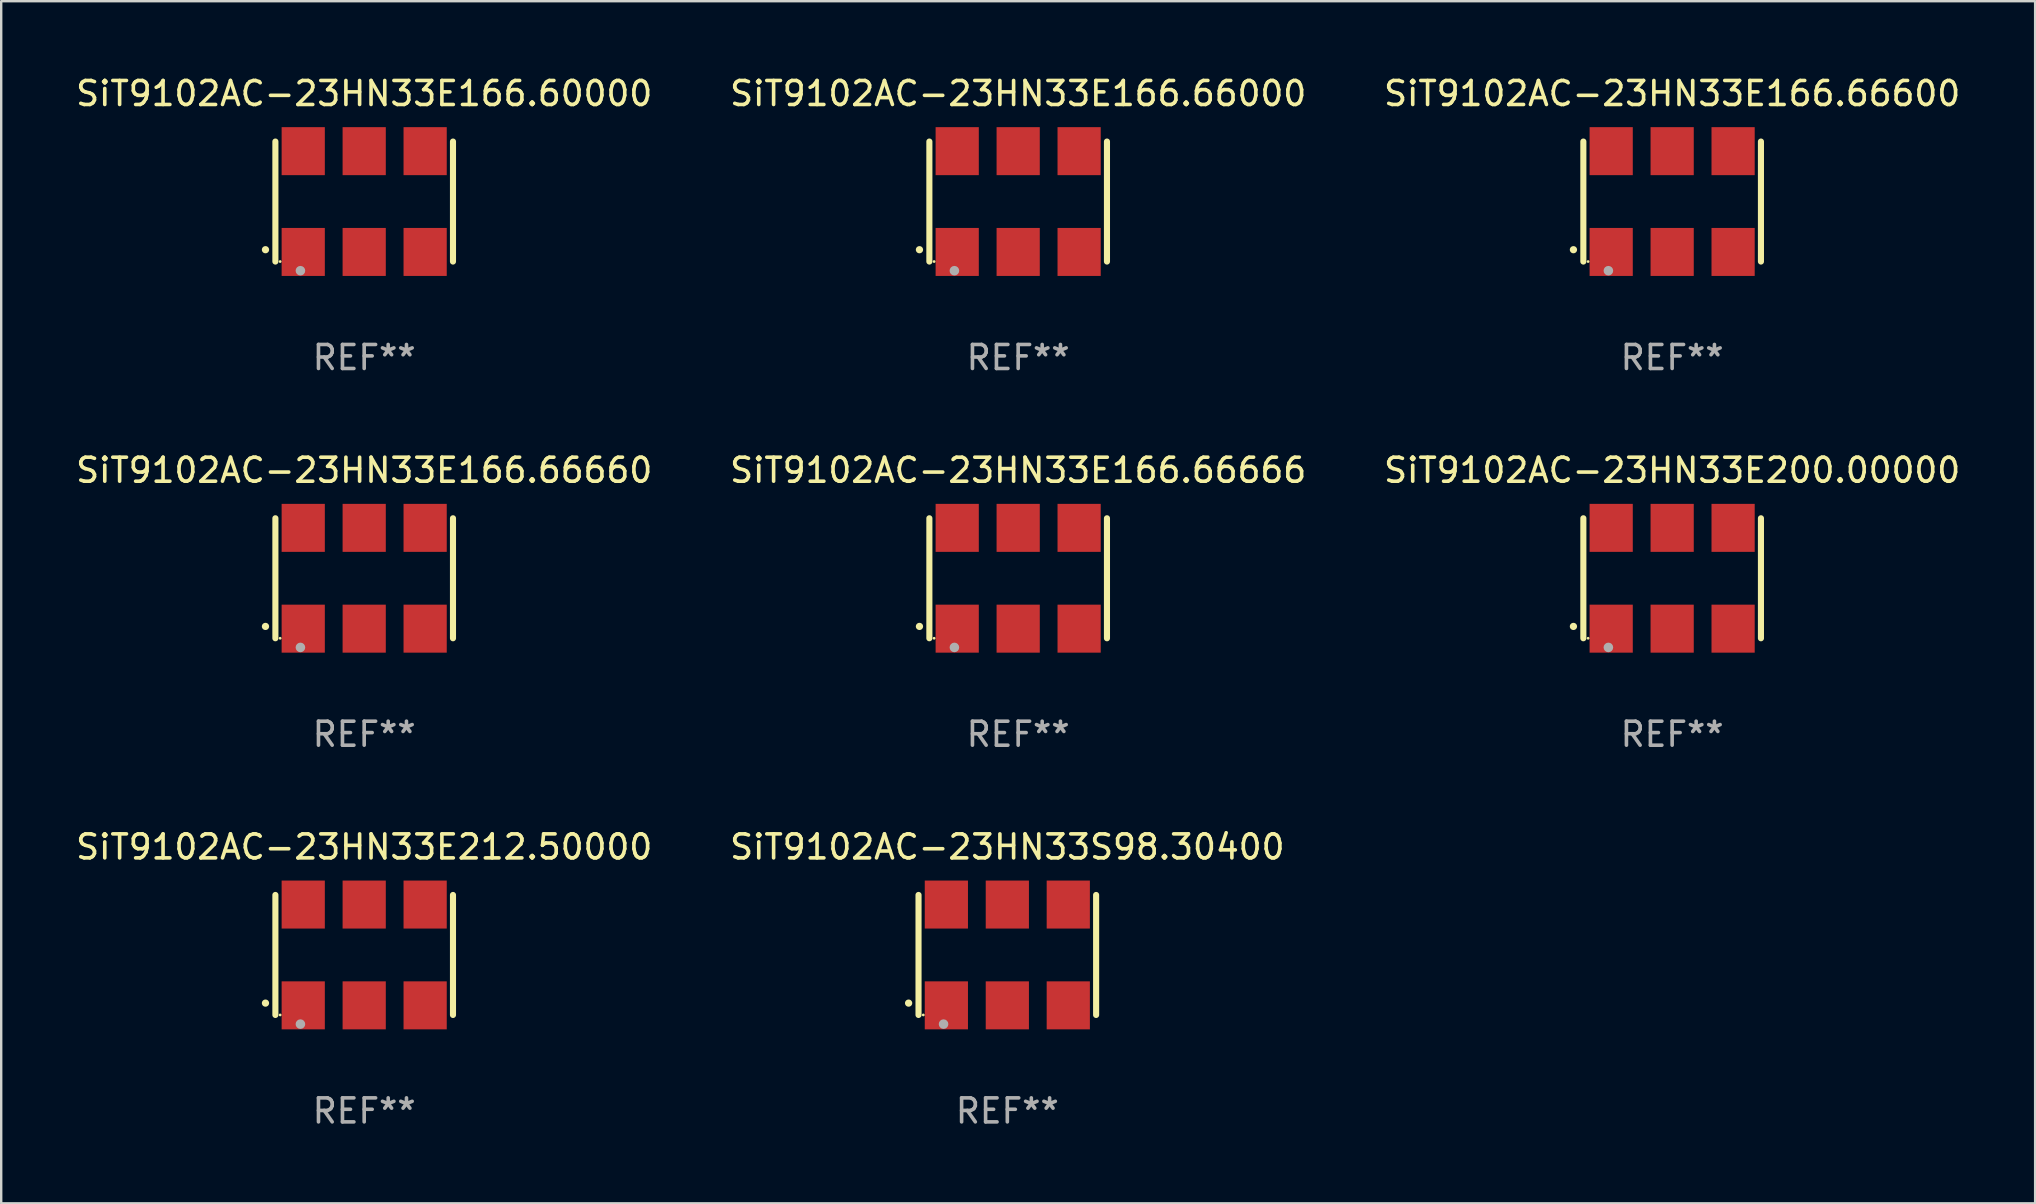
<source format=kicad_pcb>
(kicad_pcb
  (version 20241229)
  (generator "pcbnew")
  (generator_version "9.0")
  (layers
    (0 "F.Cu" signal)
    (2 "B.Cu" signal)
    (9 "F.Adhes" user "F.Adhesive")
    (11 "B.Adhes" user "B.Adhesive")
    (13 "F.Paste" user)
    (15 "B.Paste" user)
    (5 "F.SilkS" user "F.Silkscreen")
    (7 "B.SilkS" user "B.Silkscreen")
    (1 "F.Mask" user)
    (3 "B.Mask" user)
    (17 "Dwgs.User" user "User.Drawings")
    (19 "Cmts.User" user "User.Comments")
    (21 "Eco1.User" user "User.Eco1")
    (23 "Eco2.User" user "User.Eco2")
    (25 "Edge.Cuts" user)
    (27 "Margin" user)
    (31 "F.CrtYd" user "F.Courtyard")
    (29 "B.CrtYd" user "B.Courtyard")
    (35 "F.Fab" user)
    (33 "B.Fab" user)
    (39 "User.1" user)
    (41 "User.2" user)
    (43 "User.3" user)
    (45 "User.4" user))
  (footprint "SiT9102AC-23HN33E166.66666"
    (layer "F.Cu")
    (at 39.375 21.045)
    (property "Reference" "SiT9102AC-23HN33E166.66666" (at 0 -4.5 0) (layer "F.SilkS") (effects (font (size 1 1) (thickness 0.15))))
    (attr through_hole)
    (fp_line (start -3.7 -2.5) (end -3.7 2.5) (stroke (width 0.254) (type solid)) (layer "F.SilkS"))
    (fp_line (start 3.7 -2.5) (end 3.7 2.5) (stroke (width 0.254) (type solid)) (layer "F.SilkS"))
    (fp_arc (start -4.114415 2.006604) (mid -4.113145 2.006599) (end -4.111875 2.006604) (stroke (width 0.3) (type solid)) (layer "F.SilkS"))
    (fp_circle (center -3.502 2.5) (end -3.472 2.5) (stroke (width 0.06) (type solid)) (fill no) (layer "F.SilkS"))
    (fp_circle (center -2.657 2.882) (end -2.557 2.882) (stroke (width 0.2) (type solid)) (fill no) (layer "F.Fab"))
    (fp_text user "REF**" (at 0 6.5 0) (layer "F.Fab") (effects (font (size 1 1) (thickness 0.15))))
    (pad "1" smd rect (at -2.54 2.1) (size 1.8 2) (layers "F.Cu" "F.Mask" "F.Paste"))
    (pad "2" smd rect (at 0.000394 2.1) (size 1.8 2) (layers "F.Cu" "F.Mask" "F.Paste"))
    (pad "3" smd rect (at 2.54 2.1) (size 1.8 2) (layers "F.Cu" "F.Mask" "F.Paste"))
    (pad "4" smd rect (at 2.54 -2.1) (size 1.8 2) (layers "F.Cu" "F.Mask" "F.Paste"))
    (pad "5" smd rect (at 0.000394 -2.1) (size 1.8 2) (layers "F.Cu" "F.Mask" "F.Paste"))
    (pad "6" smd rect (at -2.54 -2.1) (size 1.8 2) (layers "F.Cu" "F.Mask" "F.Paste")))
  (footprint "SiT9102AC-23HN33E200.00000"
    (layer "F.Cu")
    (at 66.625 21.045)
    (property "Reference" "SiT9102AC-23HN33E200.00000" (at 0 -4.5 0) (layer "F.SilkS") (effects (font (size 1 1) (thickness 0.15))))
    (attr through_hole)
    (fp_line (start -3.7 -2.5) (end -3.7 2.5) (stroke (width 0.254) (type solid)) (layer "F.SilkS"))
    (fp_line (start 3.7 -2.5) (end 3.7 2.5) (stroke (width 0.254) (type solid)) (layer "F.SilkS"))
    (fp_arc (start -4.114415 2.006604) (mid -4.113145 2.006599) (end -4.111875 2.006604) (stroke (width 0.3) (type solid)) (layer "F.SilkS"))
    (fp_circle (center -3.502 2.5) (end -3.472 2.5) (stroke (width 0.06) (type solid)) (fill no) (layer "F.SilkS"))
    (fp_circle (center -2.657 2.882) (end -2.557 2.882) (stroke (width 0.2) (type solid)) (fill no) (layer "F.Fab"))
    (fp_text user "REF**" (at 0 6.5 0) (layer "F.Fab") (effects (font (size 1 1) (thickness 0.15))))
    (pad "1" smd rect (at -2.54 2.1) (size 1.8 2) (layers "F.Cu" "F.Mask" "F.Paste"))
    (pad "2" smd rect (at 0.000394 2.1) (size 1.8 2) (layers "F.Cu" "F.Mask" "F.Paste"))
    (pad "3" smd rect (at 2.54 2.1) (size 1.8 2) (layers "F.Cu" "F.Mask" "F.Paste"))
    (pad "4" smd rect (at 2.54 -2.1) (size 1.8 2) (layers "F.Cu" "F.Mask" "F.Paste"))
    (pad "5" smd rect (at 0.000394 -2.1) (size 1.8 2) (layers "F.Cu" "F.Mask" "F.Paste"))
    (pad "6" smd rect (at -2.54 -2.1) (size 1.8 2) (layers "F.Cu" "F.Mask" "F.Paste")))
  (footprint "SiT9102AC-23HN33S98.30400"
    (layer "F.Cu")
    (at 38.923 36.741)
    (property "Reference" "SiT9102AC-23HN33S98.30400" (at 0 -4.5 0) (layer "F.SilkS") (effects (font (size 1 1) (thickness 0.15))))
    (attr through_hole)
    (fp_line (start -3.7 -2.5) (end -3.7 2.5) (stroke (width 0.254) (type solid)) (layer "F.SilkS"))
    (fp_line (start 3.7 -2.5) (end 3.7 2.5) (stroke (width 0.254) (type solid)) (layer "F.SilkS"))
    (fp_arc (start -4.114415 2.006604) (mid -4.113145 2.006599) (end -4.111875 2.006604) (stroke (width 0.3) (type solid)) (layer "F.SilkS"))
    (fp_circle (center -3.502 2.5) (end -3.472 2.5) (stroke (width 0.06) (type solid)) (fill no) (layer "F.SilkS"))
    (fp_circle (center -2.657 2.882) (end -2.557 2.882) (stroke (width 0.2) (type solid)) (fill no) (layer "F.Fab"))
    (fp_text user "REF**" (at 0 6.5 0) (layer "F.Fab") (effects (font (size 1 1) (thickness 0.15))))
    (pad "1" smd rect (at -2.54 2.1) (size 1.8 2) (layers "F.Cu" "F.Mask" "F.Paste"))
    (pad "2" smd rect (at 0.000394 2.1) (size 1.8 2) (layers "F.Cu" "F.Mask" "F.Paste"))
    (pad "3" smd rect (at 2.54 2.1) (size 1.8 2) (layers "F.Cu" "F.Mask" "F.Paste"))
    (pad "4" smd rect (at 2.54 -2.1) (size 1.8 2) (layers "F.Cu" "F.Mask" "F.Paste"))
    (pad "5" smd rect (at 0.000394 -2.1) (size 1.8 2) (layers "F.Cu" "F.Mask" "F.Paste"))
    (pad "6" smd rect (at -2.54 -2.1) (size 1.8 2) (layers "F.Cu" "F.Mask" "F.Paste")))
  (footprint "SiT9102AC-23HN33E166.66000"
    (layer "F.Cu")
    (at 39.375 5.348)
    (property "Reference" "SiT9102AC-23HN33E166.66000" (at 0 -4.5 0) (layer "F.SilkS") (effects (font (size 1 1) (thickness 0.15))))
    (attr through_hole)
    (fp_line (start -3.7 -2.5) (end -3.7 2.5) (stroke (width 0.254) (type solid)) (layer "F.SilkS"))
    (fp_line (start 3.7 -2.5) (end 3.7 2.5) (stroke (width 0.254) (type solid)) (layer "F.SilkS"))
    (fp_arc (start -4.114415 2.006604) (mid -4.113145 2.006599) (end -4.111875 2.006604) (stroke (width 0.3) (type solid)) (layer "F.SilkS"))
    (fp_circle (center -3.502 2.5) (end -3.472 2.5) (stroke (width 0.06) (type solid)) (fill no) (layer "F.SilkS"))
    (fp_circle (center -2.657 2.882) (end -2.557 2.882) (stroke (width 0.2) (type solid)) (fill no) (layer "F.Fab"))
    (fp_text user "REF**" (at 0 6.5 0) (layer "F.Fab") (effects (font (size 1 1) (thickness 0.15))))
    (pad "1" smd rect (at -2.54 2.1) (size 1.8 2) (layers "F.Cu" "F.Mask" "F.Paste"))
    (pad "2" smd rect (at 0.000394 2.1) (size 1.8 2) (layers "F.Cu" "F.Mask" "F.Paste"))
    (pad "3" smd rect (at 2.54 2.1) (size 1.8 2) (layers "F.Cu" "F.Mask" "F.Paste"))
    (pad "4" smd rect (at 2.54 -2.1) (size 1.8 2) (layers "F.Cu" "F.Mask" "F.Paste"))
    (pad "5" smd rect (at 0.000394 -2.1) (size 1.8 2) (layers "F.Cu" "F.Mask" "F.Paste"))
    (pad "6" smd rect (at -2.54 -2.1) (size 1.8 2) (layers "F.Cu" "F.Mask" "F.Paste")))
  (footprint "SiT9102AC-23HN33E166.60000"
    (layer "F.Cu")
    (at 12.125 5.348)
    (property "Reference" "SiT9102AC-23HN33E166.60000" (at 0 -4.5 0) (layer "F.SilkS") (effects (font (size 1 1) (thickness 0.15))))
    (attr through_hole)
    (fp_line (start -3.7 -2.5) (end -3.7 2.5) (stroke (width 0.254) (type solid)) (layer "F.SilkS"))
    (fp_line (start 3.7 -2.5) (end 3.7 2.5) (stroke (width 0.254) (type solid)) (layer "F.SilkS"))
    (fp_arc (start -4.114415 2.006604) (mid -4.113145 2.006599) (end -4.111875 2.006604) (stroke (width 0.3) (type solid)) (layer "F.SilkS"))
    (fp_circle (center -3.502 2.5) (end -3.472 2.5) (stroke (width 0.06) (type solid)) (fill no) (layer "F.SilkS"))
    (fp_circle (center -2.657 2.882) (end -2.557 2.882) (stroke (width 0.2) (type solid)) (fill no) (layer "F.Fab"))
    (fp_text user "REF**" (at 0 6.5 0) (layer "F.Fab") (effects (font (size 1 1) (thickness 0.15))))
    (pad "1" smd rect (at -2.54 2.1) (size 1.8 2) (layers "F.Cu" "F.Mask" "F.Paste"))
    (pad "2" smd rect (at 0.000394 2.1) (size 1.8 2) (layers "F.Cu" "F.Mask" "F.Paste"))
    (pad "3" smd rect (at 2.54 2.1) (size 1.8 2) (layers "F.Cu" "F.Mask" "F.Paste"))
    (pad "4" smd rect (at 2.54 -2.1) (size 1.8 2) (layers "F.Cu" "F.Mask" "F.Paste"))
    (pad "5" smd rect (at 0.000394 -2.1) (size 1.8 2) (layers "F.Cu" "F.Mask" "F.Paste"))
    (pad "6" smd rect (at -2.54 -2.1) (size 1.8 2) (layers "F.Cu" "F.Mask" "F.Paste")))
  (footprint "SiT9102AC-23HN33E212.50000"
    (layer "F.Cu")
    (at 12.125 36.741)
    (property "Reference" "SiT9102AC-23HN33E212.50000" (at 0 -4.5 0) (layer "F.SilkS") (effects (font (size 1 1) (thickness 0.15))))
    (attr through_hole)
    (fp_line (start -3.7 -2.5) (end -3.7 2.5) (stroke (width 0.254) (type solid)) (layer "F.SilkS"))
    (fp_line (start 3.7 -2.5) (end 3.7 2.5) (stroke (width 0.254) (type solid)) (layer "F.SilkS"))
    (fp_arc (start -4.114415 2.006604) (mid -4.113145 2.006599) (end -4.111875 2.006604) (stroke (width 0.3) (type solid)) (layer "F.SilkS"))
    (fp_circle (center -3.502 2.5) (end -3.472 2.5) (stroke (width 0.06) (type solid)) (fill no) (layer "F.SilkS"))
    (fp_circle (center -2.657 2.882) (end -2.557 2.882) (stroke (width 0.2) (type solid)) (fill no) (layer "F.Fab"))
    (fp_text user "REF**" (at 0 6.5 0) (layer "F.Fab") (effects (font (size 1 1) (thickness 0.15))))
    (pad "1" smd rect (at -2.54 2.1) (size 1.8 2) (layers "F.Cu" "F.Mask" "F.Paste"))
    (pad "2" smd rect (at 0.000394 2.1) (size 1.8 2) (layers "F.Cu" "F.Mask" "F.Paste"))
    (pad "3" smd rect (at 2.54 2.1) (size 1.8 2) (layers "F.Cu" "F.Mask" "F.Paste"))
    (pad "4" smd rect (at 2.54 -2.1) (size 1.8 2) (layers "F.Cu" "F.Mask" "F.Paste"))
    (pad "5" smd rect (at 0.000394 -2.1) (size 1.8 2) (layers "F.Cu" "F.Mask" "F.Paste"))
    (pad "6" smd rect (at -2.54 -2.1) (size 1.8 2) (layers "F.Cu" "F.Mask" "F.Paste")))
  (footprint "SiT9102AC-23HN33E166.66600"
    (layer "F.Cu")
    (at 66.625 5.348)
    (property "Reference" "SiT9102AC-23HN33E166.66600" (at 0 -4.5 0) (layer "F.SilkS") (effects (font (size 1 1) (thickness 0.15))))
    (attr through_hole)
    (fp_line (start -3.7 -2.5) (end -3.7 2.5) (stroke (width 0.254) (type solid)) (layer "F.SilkS"))
    (fp_line (start 3.7 -2.5) (end 3.7 2.5) (stroke (width 0.254) (type solid)) (layer "F.SilkS"))
    (fp_arc (start -4.114415 2.006604) (mid -4.113145 2.006599) (end -4.111875 2.006604) (stroke (width 0.3) (type solid)) (layer "F.SilkS"))
    (fp_circle (center -3.502 2.5) (end -3.472 2.5) (stroke (width 0.06) (type solid)) (fill no) (layer "F.SilkS"))
    (fp_circle (center -2.657 2.882) (end -2.557 2.882) (stroke (width 0.2) (type solid)) (fill no) (layer "F.Fab"))
    (fp_text user "REF**" (at 0 6.5 0) (layer "F.Fab") (effects (font (size 1 1) (thickness 0.15))))
    (pad "1" smd rect (at -2.54 2.1) (size 1.8 2) (layers "F.Cu" "F.Mask" "F.Paste"))
    (pad "2" smd rect (at 0.000394 2.1) (size 1.8 2) (layers "F.Cu" "F.Mask" "F.Paste"))
    (pad "3" smd rect (at 2.54 2.1) (size 1.8 2) (layers "F.Cu" "F.Mask" "F.Paste"))
    (pad "4" smd rect (at 2.54 -2.1) (size 1.8 2) (layers "F.Cu" "F.Mask" "F.Paste"))
    (pad "5" smd rect (at 0.000394 -2.1) (size 1.8 2) (layers "F.Cu" "F.Mask" "F.Paste"))
    (pad "6" smd rect (at -2.54 -2.1) (size 1.8 2) (layers "F.Cu" "F.Mask" "F.Paste")))
  (footprint "SiT9102AC-23HN33E166.66660"
    (layer "F.Cu")
    (at 12.125 21.045)
    (property "Reference" "SiT9102AC-23HN33E166.66660" (at 0 -4.5 0) (layer "F.SilkS") (effects (font (size 1 1) (thickness 0.15))))
    (attr through_hole)
    (fp_line (start -3.7 -2.5) (end -3.7 2.5) (stroke (width 0.254) (type solid)) (layer "F.SilkS"))
    (fp_line (start 3.7 -2.5) (end 3.7 2.5) (stroke (width 0.254) (type solid)) (layer "F.SilkS"))
    (fp_arc (start -4.114415 2.006604) (mid -4.113145 2.006599) (end -4.111875 2.006604) (stroke (width 0.3) (type solid)) (layer "F.SilkS"))
    (fp_circle (center -3.502 2.5) (end -3.472 2.5) (stroke (width 0.06) (type solid)) (fill no) (layer "F.SilkS"))
    (fp_circle (center -2.657 2.882) (end -2.557 2.882) (stroke (width 0.2) (type solid)) (fill no) (layer "F.Fab"))
    (fp_text user "REF**" (at 0 6.5 0) (layer "F.Fab") (effects (font (size 1 1) (thickness 0.15))))
    (pad "1" smd rect (at -2.54 2.1) (size 1.8 2) (layers "F.Cu" "F.Mask" "F.Paste"))
    (pad "2" smd rect (at 0.000394 2.1) (size 1.8 2) (layers "F.Cu" "F.Mask" "F.Paste"))
    (pad "3" smd rect (at 2.54 2.1) (size 1.8 2) (layers "F.Cu" "F.Mask" "F.Paste"))
    (pad "4" smd rect (at 2.54 -2.1) (size 1.8 2) (layers "F.Cu" "F.Mask" "F.Paste"))
    (pad "5" smd rect (at 0.000394 -2.1) (size 1.8 2) (layers "F.Cu" "F.Mask" "F.Paste"))
    (pad "6" smd rect (at -2.54 -2.1) (size 1.8 2) (layers "F.Cu" "F.Mask" "F.Paste")))
  (gr_rect
    (start -3 -3)
    (end 81.75 47.09)
    (stroke (width 0.1) (type default))
    (fill no)
    (layer "Edge.Cuts")))
</source>
